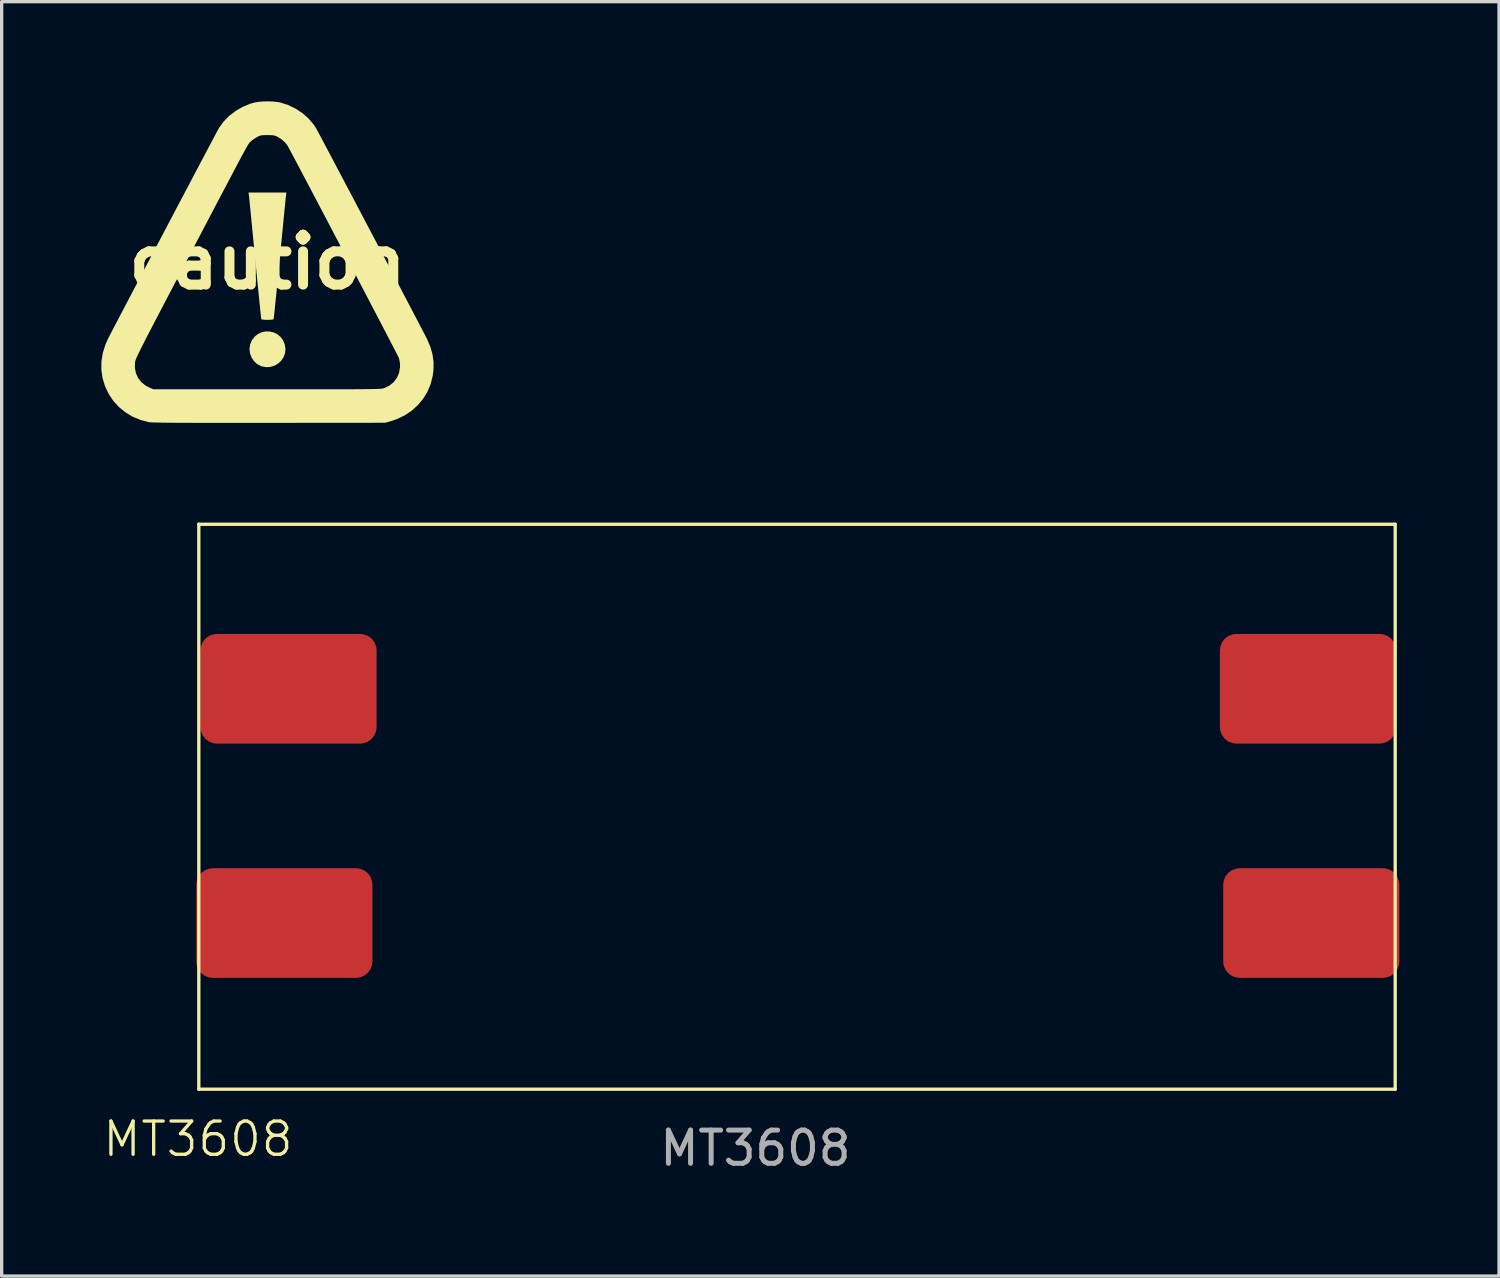
<source format=kicad_pcb>
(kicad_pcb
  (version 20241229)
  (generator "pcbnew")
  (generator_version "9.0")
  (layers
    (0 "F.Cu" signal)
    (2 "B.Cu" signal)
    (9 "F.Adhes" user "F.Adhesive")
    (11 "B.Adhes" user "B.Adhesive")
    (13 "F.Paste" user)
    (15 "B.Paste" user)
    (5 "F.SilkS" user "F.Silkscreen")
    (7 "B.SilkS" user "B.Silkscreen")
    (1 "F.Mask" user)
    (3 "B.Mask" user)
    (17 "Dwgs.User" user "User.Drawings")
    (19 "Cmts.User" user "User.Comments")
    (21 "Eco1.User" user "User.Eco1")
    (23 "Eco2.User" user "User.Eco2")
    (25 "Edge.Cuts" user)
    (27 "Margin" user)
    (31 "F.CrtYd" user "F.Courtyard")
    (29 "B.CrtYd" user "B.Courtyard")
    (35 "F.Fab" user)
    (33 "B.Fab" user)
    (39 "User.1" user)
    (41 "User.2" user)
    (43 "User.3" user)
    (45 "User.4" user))
  (footprint "caution"
    (layer "F.Cu")
    (at 4.998 4.835)
    (property "Reference" "caution" (at 0 0 0) (layer "F.SilkS") (effects (font (size 1.5 1.5) (thickness 0.3))))
    (attr board_only exclude_from_pos_files exclude_from_bom)
    (fp_poly (pts (xy 0.062 2.089) (xy 0.18 2.115) (xy 0.291 2.168) (xy 0.388 2.247) (xy 0.467 2.352) (xy 0.521 2.48) (xy 0.542 2.615) (xy 0.529 2.745) (xy 0.485 2.863) (xy 0.415 2.968) (xy 0.323 3.054) (xy 0.214 3.118) (xy 0.091 3.156) (xy -0.04 3.164) (xy -0.176 3.138) (xy -0.189 3.133) (xy -0.308 3.072) (xy -0.406 2.982) (xy -0.48 2.87) (xy -0.526 2.745) (xy -0.541 2.612) (xy -0.521 2.48) (xy -0.466 2.349) (xy -0.386 2.245) (xy -0.289 2.167) (xy -0.178 2.114) (xy -0.059 2.089)) (stroke (width 0) (type solid)) (fill yes) (layer "F.SilkS"))
    (fp_poly (pts (xy 0.557 -1.998) (xy 0.553 -1.965) (xy 0.546 -1.896) (xy 0.536 -1.795) (xy 0.523 -1.662) (xy 0.507 -1.503) (xy 0.489 -1.319) (xy 0.469 -1.114) (xy 0.447 -0.89) (xy 0.424 -0.65) (xy 0.399 -0.397) (xy 0.374 -0.135) (xy 0.37 -0.101) (xy 0.345 0.161) (xy 0.32 0.412) (xy 0.297 0.649) (xy 0.275 0.869) (xy 0.255 1.07) (xy 0.236 1.25) (xy 0.22 1.404) (xy 0.207 1.531) (xy 0.196 1.628) (xy 0.189 1.692) (xy 0.185 1.72) (xy 0.184 1.721) (xy 0.161 1.729) (xy 0.109 1.735) (xy 0.036 1.739) (xy 0 1.739) (xy -0.079 1.737) (xy -0.141 1.732) (xy -0.179 1.725) (xy -0.184 1.721) (xy -0.188 1.7) (xy -0.195 1.642) (xy -0.205 1.551) (xy -0.218 1.429) (xy -0.233 1.279) (xy -0.251 1.104) (xy -0.271 0.907) (xy -0.293 0.689) (xy -0.316 0.455) (xy -0.34 0.207) (xy -0.366 -0.053) (xy -0.37 -0.101) (xy -0.396 -0.364) (xy -0.421 -0.619) (xy -0.444 -0.86) (xy -0.466 -1.086) (xy -0.487 -1.294) (xy -0.505 -1.481) (xy -0.521 -1.644) (xy -0.535 -1.779) (xy -0.545 -1.885) (xy -0.552 -1.958) (xy -0.556 -1.996) (xy -0.557 -1.998) (xy -0.568 -2.091) (xy 0 -2.091) (xy 0.568 -2.091)) (stroke (width 0) (type solid)) (fill yes) (layer "F.SilkS"))
    (fp_poly (pts (xy 0.175 -4.829) (xy 0.309 -4.815) (xy 0.383 -4.801) (xy 0.617 -4.727) (xy 0.84 -4.62) (xy 1.046 -4.485) (xy 1.23 -4.325) (xy 1.385 -4.144) (xy 1.459 -4.034) (xy 1.474 -4.007) (xy 1.507 -3.946) (xy 1.555 -3.856) (xy 1.618 -3.737) (xy 1.695 -3.593) (xy 1.784 -3.424) (xy 1.885 -3.234) (xy 1.996 -3.024) (xy 2.116 -2.796) (xy 2.244 -2.554) (xy 2.379 -2.298) (xy 2.52 -2.031) (xy 2.665 -1.756) (xy 2.814 -1.473) (xy 2.965 -1.186) (xy 3.117 -0.897) (xy 3.27 -0.607) (xy 3.421 -0.319) (xy 3.57 -0.035) (xy 3.716 0.242) (xy 3.858 0.512) (xy 3.994 0.77) (xy 4.123 1.017) (xy 4.245 1.248) (xy 4.357 1.463) (xy 4.46 1.659) (xy 4.551 1.833) (xy 4.63 1.985) (xy 4.696 2.111) (xy 4.747 2.209) (xy 4.782 2.277) (xy 4.796 2.305) (xy 4.899 2.543) (xy 4.966 2.774) (xy 4.998 3.005) (xy 4.996 3.24) (xy 4.973 3.425) (xy 4.911 3.672) (xy 4.814 3.902) (xy 4.685 4.114) (xy 4.527 4.304) (xy 4.341 4.472) (xy 4.13 4.613) (xy 3.895 4.726) (xy 3.703 4.791) (xy 3.546 4.836) (xy 0.059 4.839) (xy -0.392 4.839) (xy -0.804 4.84) (xy -1.181 4.84) (xy -1.523 4.84) (xy -1.833 4.839) (xy -2.111 4.839) (xy -2.359 4.838) (xy -2.579 4.838) (xy -2.773 4.837) (xy -2.941 4.835) (xy -3.086 4.834) (xy -3.209 4.832) (xy -3.311 4.83) (xy -3.395 4.828) (xy -3.461 4.826) (xy -3.511 4.823) (xy -3.547 4.82) (xy -3.569 4.817) (xy -3.821 4.752) (xy -4.056 4.654) (xy -4.272 4.524) (xy -4.466 4.366) (xy -4.635 4.182) (xy -4.775 3.974) (xy -4.885 3.744) (xy -4.886 3.741) (xy -4.962 3.493) (xy -4.998 3.242) (xy -4.998 3.183) (xy -3.989 3.183) (xy -3.959 3.341) (xy -3.894 3.486) (xy -3.798 3.611) (xy -3.673 3.714) (xy -3.544 3.781) (xy -3.429 3.829) (xy -0.006 3.829) (xy 0.423 3.829) (xy 0.815 3.829) (xy 1.171 3.829) (xy 1.493 3.829) (xy 1.783 3.829) (xy 2.042 3.829) (xy 2.274 3.828) (xy 2.478 3.828) (xy 2.658 3.827) (xy 2.814 3.826) (xy 2.948 3.825) (xy 3.063 3.824) (xy 3.16 3.822) (xy 3.241 3.82) (xy 3.307 3.818) (xy 3.361 3.816) (xy 3.404 3.813) (xy 3.437 3.81) (xy 3.463 3.806) (xy 3.483 3.802) (xy 3.5 3.798) (xy 3.514 3.793) (xy 3.524 3.79) (xy 3.676 3.714) (xy 3.8 3.611) (xy 3.896 3.485) (xy 3.959 3.338) (xy 3.988 3.174) (xy 3.99 3.105) (xy 3.982 3.01) (xy 3.963 2.918) (xy 3.951 2.88) (xy 3.939 2.854) (xy 3.91 2.796) (xy 3.864 2.707) (xy 3.804 2.591) (xy 3.73 2.448) (xy 3.643 2.281) (xy 3.545 2.092) (xy 3.436 1.884) (xy 3.318 1.658) (xy 3.192 1.417) (xy 3.059 1.162) (xy 2.92 0.896) (xy 2.776 0.621) (xy 2.628 0.339) (xy 2.478 0.052) (xy 2.326 -0.238) (xy 2.174 -0.528) (xy 2.022 -0.816) (xy 1.873 -1.101) (xy 1.726 -1.381) (xy 1.583 -1.652) (xy 1.446 -1.913) (xy 1.315 -2.163) (xy 1.191 -2.397) (xy 1.076 -2.616) (xy 0.97 -2.816) (xy 0.875 -2.995) (xy 0.792 -3.152) (xy 0.722 -3.284) (xy 0.666 -3.388) (xy 0.625 -3.464) (xy 0.601 -3.508) (xy 0.595 -3.518) (xy 0.513 -3.617) (xy 0.401 -3.709) (xy 0.307 -3.766) (xy 0.257 -3.791) (xy 0.211 -3.806) (xy 0.159 -3.815) (xy 0.089 -3.819) (xy 0 -3.82) (xy -0.094 -3.819) (xy -0.16 -3.815) (xy -0.211 -3.806) (xy -0.256 -3.79) (xy -0.309 -3.763) (xy -0.325 -3.755) (xy -0.399 -3.709) (xy -0.47 -3.657) (xy -0.513 -3.618) (xy -0.523 -3.609) (xy -0.532 -3.6) (xy -0.54 -3.59) (xy -0.55 -3.579) (xy -0.561 -3.564) (xy -0.574 -3.544) (xy -0.59 -3.518) (xy -0.61 -3.484) (xy -0.635 -3.441) (xy -0.665 -3.387) (xy -0.701 -3.321) (xy -0.745 -3.241) (xy -0.796 -3.146) (xy -0.855 -3.034) (xy -0.924 -2.905) (xy -1.003 -2.756) (xy -1.092 -2.586) (xy -1.193 -2.394) (xy -1.307 -2.179) (xy -1.434 -1.937) (xy -1.575 -1.67) (xy -1.73 -1.374) (xy -1.901 -1.048) (xy -2.088 -0.692) (xy -2.292 -0.303) (xy -2.39 -0.117) (xy -2.589 0.262) (xy -2.771 0.609) (xy -2.936 0.923) (xy -3.086 1.209) (xy -3.22 1.465) (xy -3.34 1.696) (xy -3.447 1.901) (xy -3.541 2.082) (xy -3.624 2.241) (xy -3.695 2.38) (xy -3.756 2.501) (xy -3.808 2.604) (xy -3.851 2.691) (xy -3.887 2.764) (xy -3.915 2.824) (xy -3.937 2.874) (xy -3.954 2.914) (xy -3.966 2.947) (xy -3.975 2.973) (xy -3.98 2.994) (xy -3.984 3.013) (xy -3.984 3.013) (xy -3.989 3.183) (xy -4.998 3.183) (xy -4.996 2.99) (xy -4.955 2.737) (xy -4.875 2.483) (xy -4.796 2.305) (xy -4.772 2.257) (xy -4.731 2.179) (xy -4.675 2.071) (xy -4.605 1.936) (xy -4.521 1.777) (xy -4.426 1.595) (xy -4.32 1.392) (xy -4.204 1.172) (xy -4.08 0.935) (xy -3.948 0.684) (xy -3.81 0.421) (xy -3.667 0.149) (xy -3.52 -0.131) (xy -3.37 -0.417) (xy -3.218 -0.705) (xy -3.065 -0.995) (xy -2.913 -1.284) (xy -2.763 -1.57) (xy -2.615 -1.85) (xy -2.471 -2.123) (xy -2.332 -2.386) (xy -2.2 -2.638) (xy -2.074 -2.875) (xy -1.957 -3.097) (xy -1.849 -3.301) (xy -1.752 -3.484) (xy -1.667 -3.644) (xy -1.595 -3.781) (xy -1.537 -3.89) (xy -1.494 -3.97) (xy -1.467 -4.02) (xy -1.459 -4.034) (xy -1.321 -4.226) (xy -1.152 -4.398) (xy -0.958 -4.547) (xy -0.744 -4.671) (xy -0.516 -4.764) (xy -0.383 -4.801) (xy -0.267 -4.821) (xy -0.126 -4.832) (xy 0.025 -4.835)) (stroke (width 0) (type solid)) (fill yes) (layer "F.SilkS")))
  (footprint "MT3608"
    (layer "F.Cu")
    (at 2.932 29.725)
    (property "Reference" "MT3608" (at -0.025 1.5 0) (unlocked yes) (layer "F.SilkS") (effects (font (size 1 1) (thickness 0.1))))
    (attr smd)
    (fp_line (start 0 -17) (end 36 -17) (stroke (width 0.1) (type default)) (layer "F.SilkS"))
    (fp_line (start 0 0) (end 0 -17) (stroke (width 0.1) (type solid)) (layer "F.SilkS"))
    (fp_line (start 36 -17) (end 36 0) (stroke (width 0.1) (type default)) (layer "F.SilkS"))
    (fp_line (start 36 0) (end 0 0) (stroke (width 0.1) (type solid)) (layer "F.SilkS"))
    (fp_text user "${REFERENCE}" (at 16.75 1.775 0) (unlocked yes) (layer "F.Fab") (effects (font (size 1 1) (thickness 0.15))))
    (pad "1" smd roundrect (at 2.7 -12.05) (size 5.3 3.3) (layers "F.Cu" "F.Mask" "F.Paste") (roundrect_rratio 0.15))
    (pad "2" smd roundrect (at 2.575 -5) (size 5.3 3.3) (layers "F.Cu" "F.Mask" "F.Paste") (roundrect_rratio 0.15))
    (pad "3" smd roundrect (at 33.375 -12.05) (size 5.3 3.3) (layers "F.Cu" "F.Mask" "F.Paste") (roundrect_rratio 0.15))
    (pad "4" smd roundrect (at 33.475 -5) (size 5.3 3.3) (layers "F.Cu" "F.Mask" "F.Paste") (roundrect_rratio 0.15)))
  (gr_rect
    (start -3 -3)
    (end 42.057 35.348)
    (stroke (width 0.1) (type default))
    (fill no)
    (layer "Edge.Cuts")))
</source>
